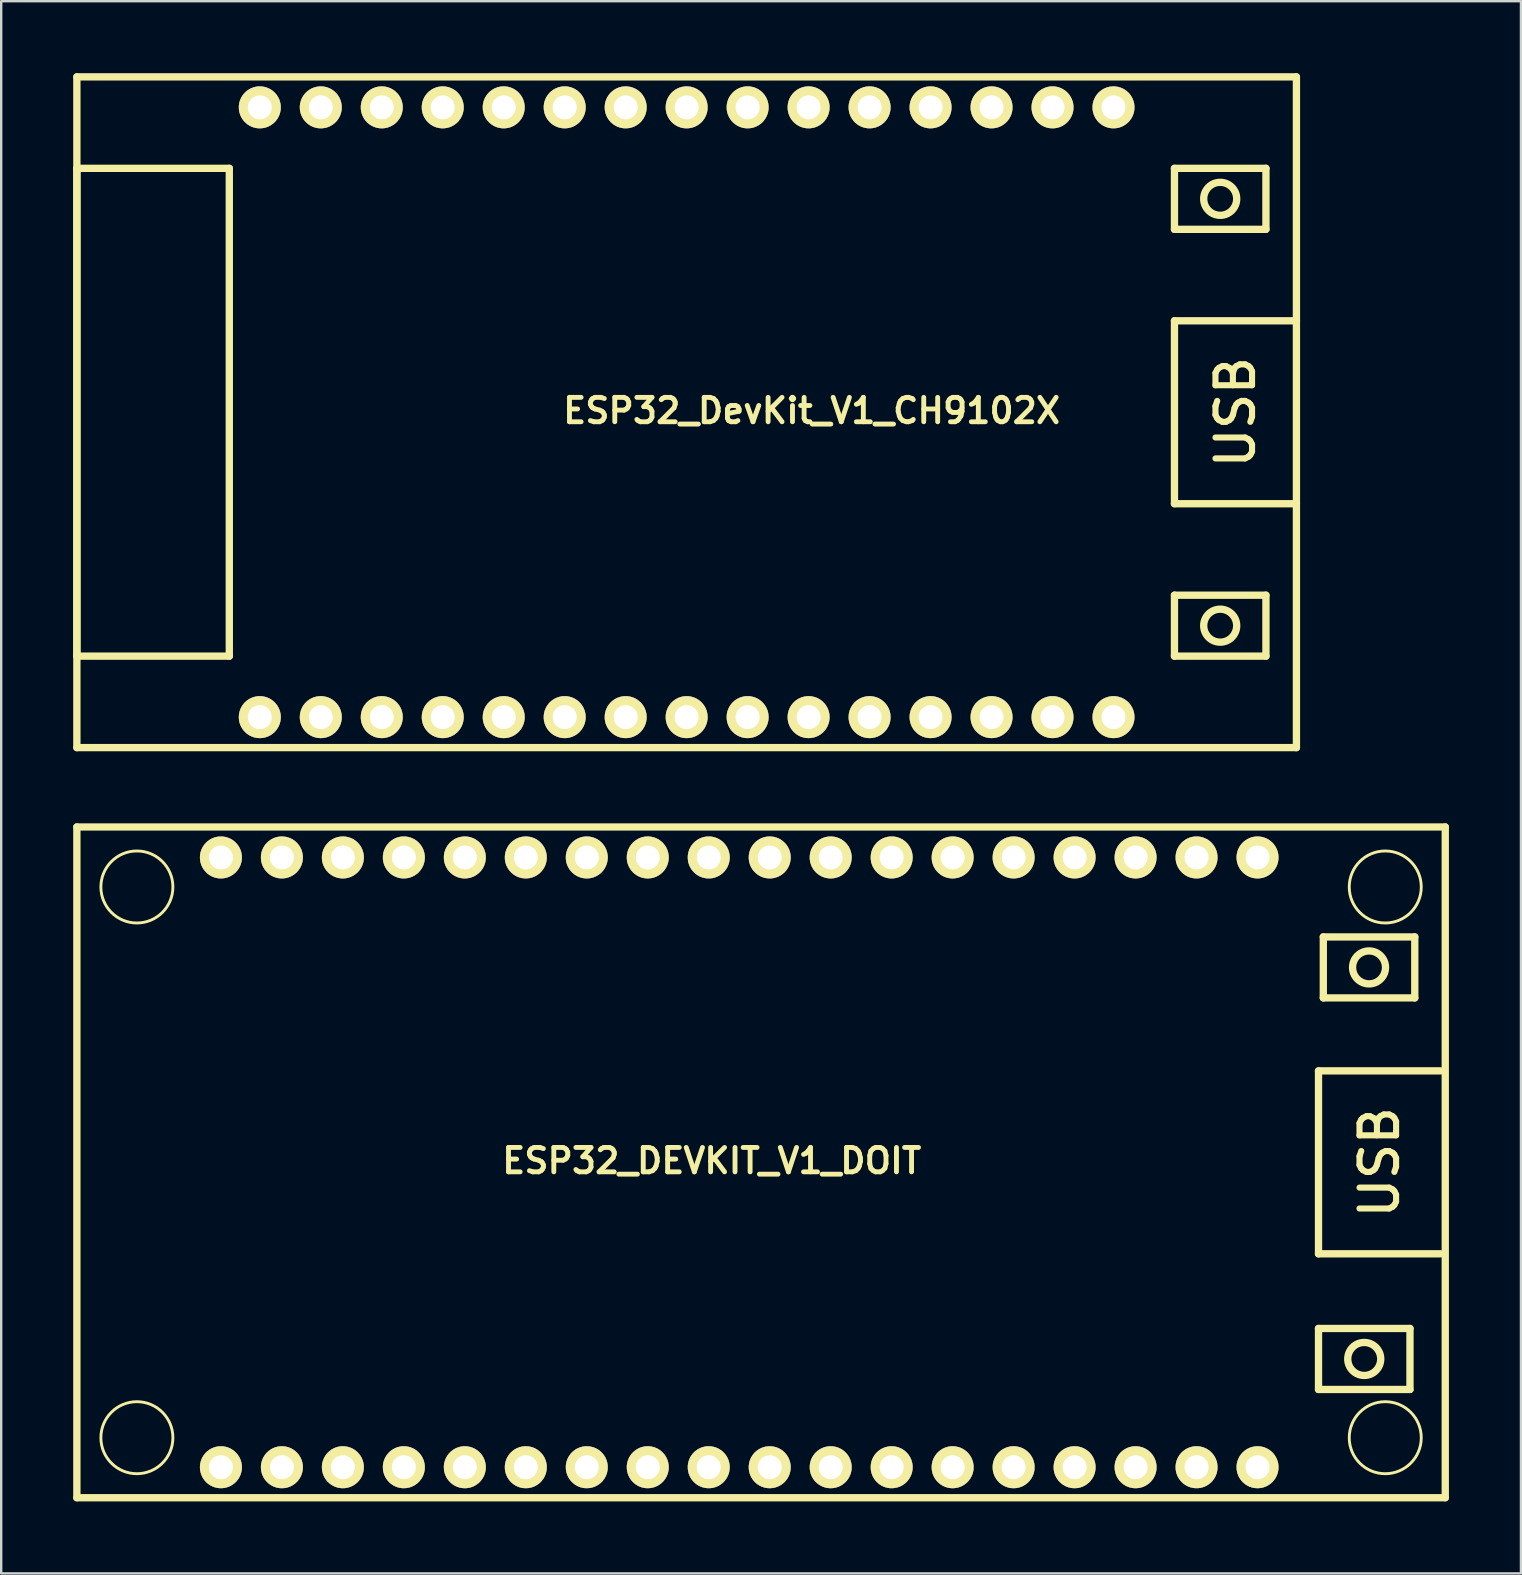
<source format=kicad_pcb>
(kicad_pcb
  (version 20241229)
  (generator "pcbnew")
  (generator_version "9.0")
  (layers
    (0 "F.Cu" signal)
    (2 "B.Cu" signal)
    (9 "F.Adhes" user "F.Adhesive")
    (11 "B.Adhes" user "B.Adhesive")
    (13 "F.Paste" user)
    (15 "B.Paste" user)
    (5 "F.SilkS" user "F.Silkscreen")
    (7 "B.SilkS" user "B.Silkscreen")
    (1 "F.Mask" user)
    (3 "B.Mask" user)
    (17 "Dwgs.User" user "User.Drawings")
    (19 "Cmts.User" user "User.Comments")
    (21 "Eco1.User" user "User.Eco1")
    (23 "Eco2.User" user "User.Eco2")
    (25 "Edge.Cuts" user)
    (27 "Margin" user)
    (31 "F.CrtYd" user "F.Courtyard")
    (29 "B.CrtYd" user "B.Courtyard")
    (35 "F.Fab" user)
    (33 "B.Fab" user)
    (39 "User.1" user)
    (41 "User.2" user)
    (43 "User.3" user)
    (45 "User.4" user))
  (footprint "ESP32_DEVKIT_V1_DOIT"
    (layer "F.Cu")
    (at 26.472 45.367)
    (property "Reference" "ESP32_DEVKIT_V1_DOIT" (at 0.127 -0.064 0) (layer "F.SilkS") (effects (font (size 1.016 1.016) (thickness 0.203))))
    (attr through_hole)
    (fp_line (start -26.32 -13.97) (end -26.32 13.97) (stroke (width 0.305) (type solid)) (layer "F.SilkS"))
    (fp_line (start -26.32 -13.97) (end 30.68 -13.97) (stroke (width 0.305) (type solid)) (layer "F.SilkS"))
    (fp_line (start -26.32 13.97) (end 30.68 13.97) (stroke (width 0.305) (type solid)) (layer "F.SilkS"))
    (fp_line (start 25.4 -3.81) (end 25.4 3.81) (stroke (width 0.305) (type solid)) (layer "F.SilkS"))
    (fp_line (start 25.4 3.81) (end 30.48 3.81) (stroke (width 0.305) (type solid)) (layer "F.SilkS"))
    (fp_line (start 25.4 6.92) (end 29.21 6.92) (stroke (width 0.305) (type solid)) (layer "F.SilkS"))
    (fp_line (start 25.4 9.46) (end 25.4 6.92) (stroke (width 0.305) (type solid)) (layer "F.SilkS"))
    (fp_line (start 25.6 -9.39) (end 25.6 -6.85) (stroke (width 0.305) (type solid)) (layer "F.SilkS"))
    (fp_line (start 25.6 -6.85) (end 29.41 -6.85) (stroke (width 0.305) (type solid)) (layer "F.SilkS"))
    (fp_line (start 29.21 6.92) (end 29.21 9.46) (stroke (width 0.305) (type solid)) (layer "F.SilkS"))
    (fp_line (start 29.21 9.46) (end 25.4 9.46) (stroke (width 0.305) (type solid)) (layer "F.SilkS"))
    (fp_line (start 29.41 -9.39) (end 25.6 -9.39) (stroke (width 0.305) (type solid)) (layer "F.SilkS"))
    (fp_line (start 29.41 -6.85) (end 29.41 -9.39) (stroke (width 0.305) (type solid)) (layer "F.SilkS"))
    (fp_line (start 30.48 -3.81) (end 25.4 -3.81) (stroke (width 0.305) (type solid)) (layer "F.SilkS"))
    (fp_line (start 30.68 13.97) (end 30.68 -13.97) (stroke (width 0.305) (type solid)) (layer "F.SilkS"))
    (fp_circle (center -23.82 -11.47) (end -22.32 -11.47) (stroke (width 0.12) (type solid)) (fill no) (layer "F.SilkS"))
    (fp_circle (center -23.82 11.47) (end -22.32 11.47) (stroke (width 0.12) (type solid)) (fill no) (layer "F.SilkS"))
    (fp_circle (center 27.305 8.19) (end 27.877 8.571) (stroke (width 0.305) (type solid)) (fill no) (layer "F.SilkS"))
    (fp_circle (center 27.505 -8.12) (end 28.076 -7.739) (stroke (width 0.305) (type solid)) (fill no) (layer "F.SilkS"))
    (fp_circle (center 28.18 -11.47) (end 29.68 -11.47) (stroke (width 0.12) (type solid)) (fill no) (layer "F.SilkS"))
    (fp_circle (center 28.18 11.47) (end 29.68 11.47) (stroke (width 0.12) (type solid)) (fill no) (layer "F.SilkS"))
    (fp_text user "USB" (at 27.94 0 90) (layer "F.SilkS") (effects (font (size 1.524 1.524) (thickness 0.254))))
    (pad "1" thru_hole circle (at -20.32 12.7 180) (size 1.75 1.75) (drill 1) (layers "*.Cu" "*.Mask" "F.SilkS"))
    (pad "2" thru_hole circle (at -17.78 12.7 180) (size 1.75 1.75) (drill 1) (layers "*.Cu" "*.Mask" "F.SilkS"))
    (pad "3" thru_hole circle (at -15.24 12.7 180) (size 1.75 1.75) (drill 1) (layers "*.Cu" "*.Mask" "F.SilkS"))
    (pad "4" thru_hole circle (at -12.7 12.7 180) (size 1.75 1.75) (drill 1) (layers "*.Cu" "*.Mask" "F.SilkS"))
    (pad "5" thru_hole circle (at -10.16 12.7 180) (size 1.75 1.75) (drill 1) (layers "*.Cu" "*.Mask" "F.SilkS"))
    (pad "6" thru_hole circle (at -7.62 12.7 180) (size 1.75 1.75) (drill 1) (layers "*.Cu" "*.Mask" "F.SilkS"))
    (pad "7" thru_hole circle (at -5.08 12.7 180) (size 1.75 1.75) (drill 1) (layers "*.Cu" "*.Mask" "F.SilkS"))
    (pad "8" thru_hole circle (at -2.54 12.7 180) (size 1.75 1.75) (drill 1) (layers "*.Cu" "*.Mask" "F.SilkS"))
    (pad "9" thru_hole circle (at 0 12.7 180) (size 1.75 1.75) (drill 1) (layers "*.Cu" "*.Mask" "F.SilkS"))
    (pad "10" thru_hole circle (at 2.54 12.7 180) (size 1.75 1.75) (drill 1) (layers "*.Cu" "*.Mask" "F.SilkS"))
    (pad "11" thru_hole circle (at 5.08 12.7 180) (size 1.75 1.75) (drill 1) (layers "*.Cu" "*.Mask" "F.SilkS"))
    (pad "12" thru_hole circle (at 7.62 12.7 180) (size 1.75 1.75) (drill 1) (layers "*.Cu" "*.Mask" "F.SilkS"))
    (pad "13" thru_hole circle (at 10.16 12.7 180) (size 1.75 1.75) (drill 1) (layers "*.Cu" "*.Mask" "F.SilkS"))
    (pad "14" thru_hole circle (at 12.7 12.7 180) (size 1.75 1.75) (drill 1) (layers "*.Cu" "*.Mask" "F.SilkS"))
    (pad "15" thru_hole circle (at 15.24 12.7 180) (size 1.75 1.75) (drill 1) (layers "*.Cu" "*.Mask" "F.SilkS"))
    (pad "16" thru_hole circle (at 17.78 12.7 180) (size 1.75 1.75) (drill 1) (layers "*.Cu" "*.Mask" "F.SilkS"))
    (pad "17" thru_hole circle (at 20.32 12.7 180) (size 1.75 1.75) (drill 1) (layers "*.Cu" "*.Mask" "F.SilkS"))
    (pad "18" thru_hole circle (at 22.86 12.7 180) (size 1.75 1.75) (drill 1) (layers "*.Cu" "*.Mask" "F.SilkS"))
    (pad "19" thru_hole circle (at 22.86 -12.7 180) (size 1.75 1.75) (drill 1) (layers "*.Cu" "*.Mask" "F.SilkS"))
    (pad "20" thru_hole circle (at 20.32 -12.7 180) (size 1.75 1.75) (drill 1) (layers "*.Cu" "*.Mask" "F.SilkS"))
    (pad "21" thru_hole circle (at 17.78 -12.7 180) (size 1.75 1.75) (drill 1) (layers "*.Cu" "*.Mask" "F.SilkS"))
    (pad "22" thru_hole circle (at 15.24 -12.7 180) (size 1.75 1.75) (drill 1) (layers "*.Cu" "*.Mask" "F.SilkS"))
    (pad "23" thru_hole circle (at 12.7 -12.7 180) (size 1.75 1.75) (drill 1) (layers "*.Cu" "*.Mask" "F.SilkS"))
    (pad "24" thru_hole circle (at 10.16 -12.7 180) (size 1.75 1.75) (drill 1) (layers "*.Cu" "*.Mask" "F.SilkS"))
    (pad "25" thru_hole circle (at 7.62 -12.7 180) (size 1.75 1.75) (drill 1) (layers "*.Cu" "*.Mask" "F.SilkS"))
    (pad "26" thru_hole circle (at 5.08 -12.7 180) (size 1.75 1.75) (drill 1) (layers "*.Cu" "*.Mask" "F.SilkS"))
    (pad "27" thru_hole circle (at 2.54 -12.7 180) (size 1.75 1.75) (drill 1) (layers "*.Cu" "*.Mask" "F.SilkS"))
    (pad "28" thru_hole circle (at 0 -12.7 180) (size 1.75 1.75) (drill 1) (layers "*.Cu" "*.Mask" "F.SilkS"))
    (pad "29" thru_hole circle (at -2.54 -12.7 180) (size 1.75 1.75) (drill 1) (layers "*.Cu" "*.Mask" "F.SilkS"))
    (pad "30" thru_hole circle (at -5.08 -12.7 180) (size 1.75 1.75) (drill 1) (layers "*.Cu" "*.Mask" "F.SilkS"))
    (pad "31" thru_hole circle (at -7.62 -12.7 180) (size 1.75 1.75) (drill 1) (layers "*.Cu" "*.Mask" "F.SilkS"))
    (pad "32" thru_hole circle (at -10.16 -12.7 180) (size 1.75 1.75) (drill 1) (layers "*.Cu" "*.Mask" "F.SilkS"))
    (pad "33" thru_hole circle (at -12.7 -12.7 180) (size 1.75 1.75) (drill 1) (layers "*.Cu" "*.Mask" "F.SilkS"))
    (pad "34" thru_hole circle (at -15.24 -12.7 180) (size 1.75 1.75) (drill 1) (layers "*.Cu" "*.Mask" "F.SilkS"))
    (pad "35" thru_hole circle (at -17.78 -12.7 180) (size 1.75 1.75) (drill 1) (layers "*.Cu" "*.Mask" "F.SilkS"))
    (pad "36" thru_hole circle (at -20.32 -12.7 180) (size 1.75 1.75) (drill 1) (layers "*.Cu" "*.Mask" "F.SilkS")))
  (footprint "ESP32_DevKit_V1_CH9102X"
    (layer "F.Cu")
    (at 24.282 14.122)
    (property "Reference" "ESP32_DevKit_V1_CH9102X" (at 6.477 -0.064 0) (layer "F.SilkS") (effects (font (size 1.016 1.016) (thickness 0.203))))
    (attr through_hole)
    (fp_line (start -24.13 -13.97) (end -24.13 13.97) (stroke (width 0.305) (type solid)) (layer "F.SilkS"))
    (fp_line (start -24.13 -13.97) (end 26.67 -13.97) (stroke (width 0.305) (type solid)) (layer "F.SilkS"))
    (fp_line (start -24.13 -10.16) (end -24.13 10.16) (stroke (width 0.305) (type solid)) (layer "F.SilkS"))
    (fp_line (start -24.13 -10.16) (end -17.78 -10.16) (stroke (width 0.305) (type solid)) (layer "F.SilkS"))
    (fp_line (start -24.13 10.16) (end -17.78 10.16) (stroke (width 0.305) (type solid)) (layer "F.SilkS"))
    (fp_line (start -17.78 -10.16) (end -17.78 10.16) (stroke (width 0.305) (type solid)) (layer "F.SilkS"))
    (fp_line (start 21.59 -10.16) (end 21.59 -7.62) (stroke (width 0.305) (type solid)) (layer "F.SilkS"))
    (fp_line (start 21.59 -7.62) (end 25.4 -7.62) (stroke (width 0.305) (type solid)) (layer "F.SilkS"))
    (fp_line (start 21.59 -3.81) (end 21.59 3.81) (stroke (width 0.305) (type solid)) (layer "F.SilkS"))
    (fp_line (start 21.59 3.81) (end 26.67 3.81) (stroke (width 0.305) (type solid)) (layer "F.SilkS"))
    (fp_line (start 21.59 7.62) (end 25.4 7.62) (stroke (width 0.305) (type solid)) (layer "F.SilkS"))
    (fp_line (start 21.59 10.16) (end 21.59 7.62) (stroke (width 0.305) (type solid)) (layer "F.SilkS"))
    (fp_line (start 25.4 -10.16) (end 21.59 -10.16) (stroke (width 0.305) (type solid)) (layer "F.SilkS"))
    (fp_line (start 25.4 -7.62) (end 25.4 -10.16) (stroke (width 0.305) (type solid)) (layer "F.SilkS"))
    (fp_line (start 25.4 7.62) (end 25.4 10.16) (stroke (width 0.305) (type solid)) (layer "F.SilkS"))
    (fp_line (start 25.4 10.16) (end 21.59 10.16) (stroke (width 0.305) (type solid)) (layer "F.SilkS"))
    (fp_line (start 26.67 -3.81) (end 21.59 -3.81) (stroke (width 0.305) (type solid)) (layer "F.SilkS"))
    (fp_line (start 26.67 13.97) (end -24.13 13.97) (stroke (width 0.305) (type solid)) (layer "F.SilkS"))
    (fp_line (start 26.67 13.97) (end 26.67 -13.97) (stroke (width 0.305) (type solid)) (layer "F.SilkS"))
    (fp_circle (center 23.495 -8.89) (end 24.067 -8.509) (stroke (width 0.305) (type solid)) (fill no) (layer "F.SilkS"))
    (fp_circle (center 23.495 8.89) (end 24.067 9.271) (stroke (width 0.305) (type solid)) (fill no) (layer "F.SilkS"))
    (fp_text user "USB" (at 24.13 0 90) (layer "F.SilkS") (effects (font (size 1.524 1.524) (thickness 0.254))))
    (pad "1" thru_hole circle (at -16.51 12.7) (size 1.75 1.75) (drill 1) (layers "*.Cu" "*.Mask" "F.SilkS"))
    (pad "2" thru_hole circle (at -13.97 12.7) (size 1.75 1.75) (drill 1) (layers "*.Cu" "*.Mask" "F.SilkS"))
    (pad "3" thru_hole circle (at -11.43 12.7) (size 1.75 1.75) (drill 1) (layers "*.Cu" "*.Mask" "F.SilkS"))
    (pad "4" thru_hole circle (at -8.89 12.7) (size 1.75 1.75) (drill 1) (layers "*.Cu" "*.Mask" "F.SilkS"))
    (pad "5" thru_hole circle (at -6.35 12.7) (size 1.75 1.75) (drill 1) (layers "*.Cu" "*.Mask" "F.SilkS"))
    (pad "6" thru_hole circle (at -3.81 12.7) (size 1.75 1.75) (drill 1) (layers "*.Cu" "*.Mask" "F.SilkS"))
    (pad "7" thru_hole circle (at -1.27 12.7) (size 1.75 1.75) (drill 1) (layers "*.Cu" "*.Mask" "F.SilkS"))
    (pad "8" thru_hole circle (at 1.27 12.7) (size 1.75 1.75) (drill 1) (layers "*.Cu" "*.Mask" "F.SilkS"))
    (pad "9" thru_hole circle (at 3.81 12.7) (size 1.75 1.75) (drill 1) (layers "*.Cu" "*.Mask" "F.SilkS"))
    (pad "10" thru_hole circle (at 6.35 12.7) (size 1.75 1.75) (drill 1) (layers "*.Cu" "*.Mask" "F.SilkS"))
    (pad "11" thru_hole circle (at 8.89 12.7) (size 1.75 1.75) (drill 1) (layers "*.Cu" "*.Mask" "F.SilkS"))
    (pad "12" thru_hole circle (at 11.43 12.7) (size 1.75 1.75) (drill 1) (layers "*.Cu" "*.Mask" "F.SilkS"))
    (pad "13" thru_hole circle (at 13.97 12.7) (size 1.75 1.75) (drill 1) (layers "*.Cu" "*.Mask" "F.SilkS"))
    (pad "14" thru_hole circle (at 16.51 12.7) (size 1.75 1.75) (drill 1) (layers "*.Cu" "*.Mask" "F.SilkS"))
    (pad "15" thru_hole circle (at 19.05 12.7) (size 1.75 1.75) (drill 1) (layers "*.Cu" "*.Mask" "F.SilkS"))
    (pad "16" thru_hole circle (at 19.05 -12.7 180) (size 1.75 1.75) (drill 1) (layers "*.Cu" "*.Mask" "F.SilkS"))
    (pad "17" thru_hole circle (at 16.51 -12.7 180) (size 1.75 1.75) (drill 1) (layers "*.Cu" "*.Mask" "F.SilkS"))
    (pad "18" thru_hole circle (at 13.97 -12.7 180) (size 1.75 1.75) (drill 1) (layers "*.Cu" "*.Mask" "F.SilkS"))
    (pad "19" thru_hole circle (at 11.43 -12.7 180) (size 1.75 1.75) (drill 1) (layers "*.Cu" "*.Mask" "F.SilkS"))
    (pad "20" thru_hole circle (at 8.89 -12.7 180) (size 1.75 1.75) (drill 1) (layers "*.Cu" "*.Mask" "F.SilkS"))
    (pad "21" thru_hole circle (at 6.35 -12.7 180) (size 1.75 1.75) (drill 1) (layers "*.Cu" "*.Mask" "F.SilkS"))
    (pad "22" thru_hole circle (at 3.81 -12.7 180) (size 1.75 1.75) (drill 1) (layers "*.Cu" "*.Mask" "F.SilkS"))
    (pad "23" thru_hole circle (at 1.27 -12.7 180) (size 1.75 1.75) (drill 1) (layers "*.Cu" "*.Mask" "F.SilkS"))
    (pad "24" thru_hole circle (at -1.27 -12.7 180) (size 1.75 1.75) (drill 1) (layers "*.Cu" "*.Mask" "F.SilkS"))
    (pad "25" thru_hole circle (at -3.81 -12.7 180) (size 1.75 1.75) (drill 1) (layers "*.Cu" "*.Mask" "F.SilkS"))
    (pad "26" thru_hole circle (at -6.35 -12.7 180) (size 1.75 1.75) (drill 1) (layers "*.Cu" "*.Mask" "F.SilkS"))
    (pad "27" thru_hole circle (at -8.89 -12.7 180) (size 1.75 1.75) (drill 1) (layers "*.Cu" "*.Mask" "F.SilkS"))
    (pad "28" thru_hole circle (at -11.43 -12.7 180) (size 1.75 1.75) (drill 1) (layers "*.Cu" "*.Mask" "F.SilkS"))
    (pad "29" thru_hole circle (at -13.97 -12.7 180) (size 1.75 1.75) (drill 1) (layers "*.Cu" "*.Mask" "F.SilkS"))
    (pad "30" thru_hole circle (at -16.51 -12.7 180) (size 1.75 1.75) (drill 1) (layers "*.Cu" "*.Mask" "F.SilkS")))
  (gr_rect
    (start -3 -3)
    (end 60.305 62.49)
    (stroke (width 0.1) (type default))
    (fill no)
    (layer "Edge.Cuts")))
</source>
